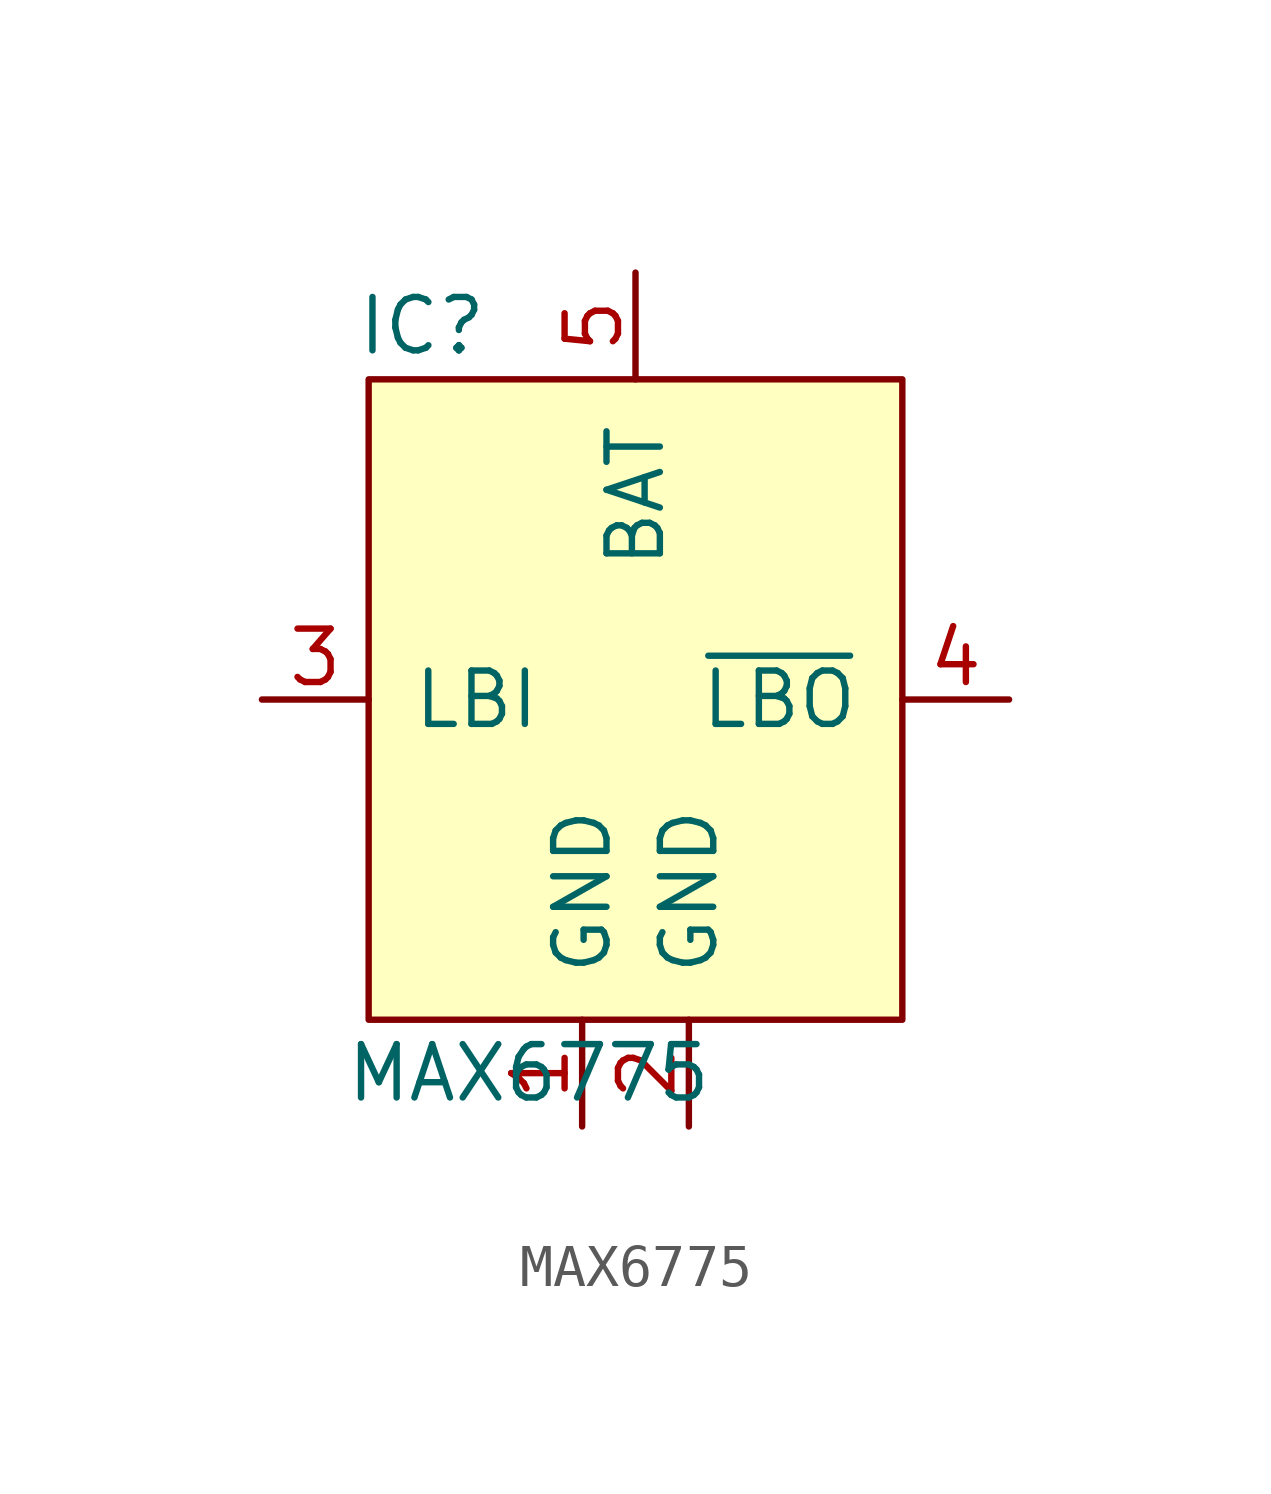
<source format=kicad_sym>
(kicad_symbol_lib
  (version 20241209)
  (generator "kicad_symbol_editor")
  (generator_version "9.0")
  (symbol "MAX6775"
    (pin_names
      (offset 1.016))
    (property "Reference" "IC"
      (at -5.08 8.89 0)
      (effects (font (size 1.27 1.27))))
    (property "Value" "MAX6775"
      (at -2.54 -8.89 0)
      (effects (font (size 1.27 1.27))))
    (symbol "MAX6775_0_1"
      (rectangle (start -6.35 7.62) (end 6.35 -7.62) (stroke (width 0) (type default)) (fill (type background))))
    (symbol "MAX6775_1_1"
      (pin input line (at -8.89 0 0) (length 2.54) (name "LBI" (effects (font (size 1.27 1.27)))) (number "3" (effects (font (size 1.27 1.27)))))
      (pin passive line (at -1.27 -10.16 90) (length 2.54) (name "GND" (effects (font (size 1.27 1.27)))) (number "1" (effects (font (size 1.27 1.27)))))
      (pin input line (at 0 10.16 270) (length 2.54) (name "BAT" (effects (font (size 1.27 1.27)))) (number "5" (effects (font (size 1.27 1.27)))))
      (pin passive line (at 1.27 -10.16 90) (length 2.54) (name "GND" (effects (font (size 1.27 1.27)))) (number "2" (effects (font (size 1.27 1.27)))))
      (pin output line (at 8.89 0 180) (length 2.54) (name "~{LBO}" (effects (font (size 1.27 1.27)))) (number "4" (effects (font (size 1.27 1.27))))))))
</source>
